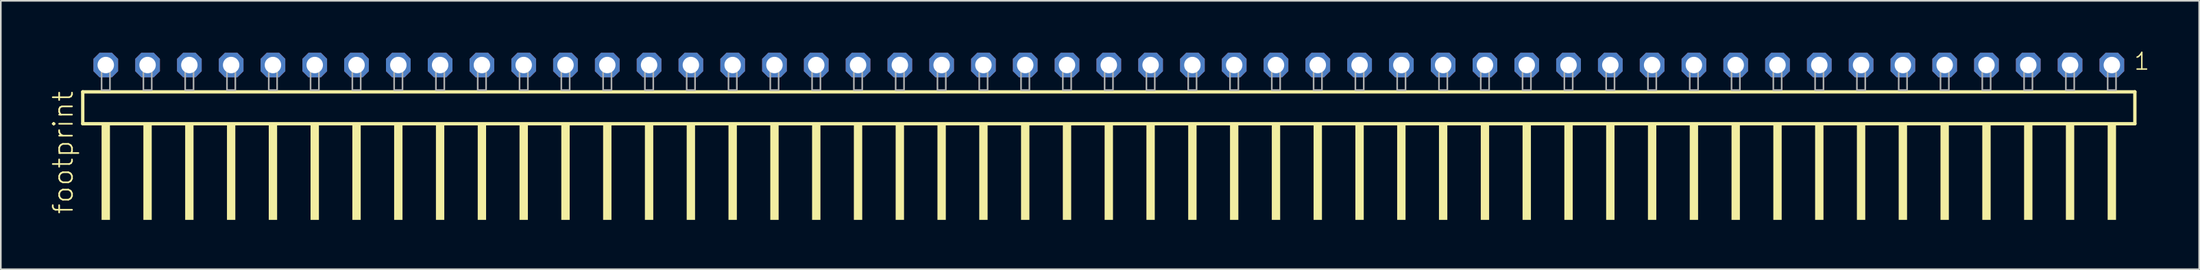
<source format=kicad_pcb>
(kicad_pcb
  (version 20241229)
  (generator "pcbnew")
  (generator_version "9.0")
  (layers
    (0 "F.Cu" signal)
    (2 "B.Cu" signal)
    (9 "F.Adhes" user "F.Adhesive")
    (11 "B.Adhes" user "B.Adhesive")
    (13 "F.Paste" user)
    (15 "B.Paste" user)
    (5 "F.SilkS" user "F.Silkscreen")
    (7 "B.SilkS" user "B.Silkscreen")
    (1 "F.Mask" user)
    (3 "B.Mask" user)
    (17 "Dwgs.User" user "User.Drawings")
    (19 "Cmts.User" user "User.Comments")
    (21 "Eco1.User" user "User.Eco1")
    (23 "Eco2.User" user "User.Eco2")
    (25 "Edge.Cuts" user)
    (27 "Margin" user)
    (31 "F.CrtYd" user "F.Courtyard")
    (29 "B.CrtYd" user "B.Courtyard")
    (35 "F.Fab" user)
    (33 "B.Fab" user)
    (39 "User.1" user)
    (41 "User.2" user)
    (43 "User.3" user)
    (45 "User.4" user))
  (footprint "footprint"
    (layer "F.Cu")
    (at 64.338 2.428)
    (property "Reference" "footprint" (at -62.865 7.62 90) (layer "F.SilkS") (effects (font (size 1.168 1.168) (thickness 0.102)) (justify left bottom)))
    (fp_line (start -62.359 0.106) (end -62.359 2.046) (stroke (width 0.203) (type solid)) (layer "F.SilkS"))
    (fp_line (start -62.359 2.046) (end 62.359 2.046) (stroke (width 0.203) (type solid)) (layer "F.SilkS"))
    (fp_line (start 62.359 0.106) (end -62.359 0.106) (stroke (width 0.203) (type solid)) (layer "F.SilkS"))
    (fp_line (start 62.359 2.046) (end 62.359 0.106) (stroke (width 0.203) (type solid)) (layer "F.SilkS"))
    (fp_poly (pts (xy -61.214 7.89) (xy -60.706 7.89) (xy -60.706 2.04) (xy -61.214 2.04)) (stroke (width 0) (type solid)) (fill yes) (layer "F.SilkS"))
    (fp_poly (pts (xy -58.674 7.89) (xy -58.166 7.89) (xy -58.166 2.04) (xy -58.674 2.04)) (stroke (width 0) (type solid)) (fill yes) (layer "F.SilkS"))
    (fp_poly (pts (xy -56.134 7.89) (xy -55.626 7.89) (xy -55.626 2.04) (xy -56.134 2.04)) (stroke (width 0) (type solid)) (fill yes) (layer "F.SilkS"))
    (fp_poly (pts (xy -53.594 7.89) (xy -53.086 7.89) (xy -53.086 2.04) (xy -53.594 2.04)) (stroke (width 0) (type solid)) (fill yes) (layer "F.SilkS"))
    (fp_poly (pts (xy -51.054 7.89) (xy -50.546 7.89) (xy -50.546 2.04) (xy -51.054 2.04)) (stroke (width 0) (type solid)) (fill yes) (layer "F.SilkS"))
    (fp_poly (pts (xy -48.514 7.89) (xy -48.006 7.89) (xy -48.006 2.04) (xy -48.514 2.04)) (stroke (width 0) (type solid)) (fill yes) (layer "F.SilkS"))
    (fp_poly (pts (xy -45.974 7.89) (xy -45.466 7.89) (xy -45.466 2.04) (xy -45.974 2.04)) (stroke (width 0) (type solid)) (fill yes) (layer "F.SilkS"))
    (fp_poly (pts (xy -43.434 7.89) (xy -42.926 7.89) (xy -42.926 2.04) (xy -43.434 2.04)) (stroke (width 0) (type solid)) (fill yes) (layer "F.SilkS"))
    (fp_poly (pts (xy -40.894 7.89) (xy -40.386 7.89) (xy -40.386 2.04) (xy -40.894 2.04)) (stroke (width 0) (type solid)) (fill yes) (layer "F.SilkS"))
    (fp_poly (pts (xy -38.354 7.89) (xy -37.846 7.89) (xy -37.846 2.04) (xy -38.354 2.04)) (stroke (width 0) (type solid)) (fill yes) (layer "F.SilkS"))
    (fp_poly (pts (xy -35.814 7.89) (xy -35.306 7.89) (xy -35.306 2.04) (xy -35.814 2.04)) (stroke (width 0) (type solid)) (fill yes) (layer "F.SilkS"))
    (fp_poly (pts (xy -33.274 7.89) (xy -32.766 7.89) (xy -32.766 2.04) (xy -33.274 2.04)) (stroke (width 0) (type solid)) (fill yes) (layer "F.SilkS"))
    (fp_poly (pts (xy -30.734 7.89) (xy -30.226 7.89) (xy -30.226 2.04) (xy -30.734 2.04)) (stroke (width 0) (type solid)) (fill yes) (layer "F.SilkS"))
    (fp_poly (pts (xy -28.194 7.89) (xy -27.686 7.89) (xy -27.686 2.04) (xy -28.194 2.04)) (stroke (width 0) (type solid)) (fill yes) (layer "F.SilkS"))
    (fp_poly (pts (xy -25.654 7.89) (xy -25.146 7.89) (xy -25.146 2.04) (xy -25.654 2.04)) (stroke (width 0) (type solid)) (fill yes) (layer "F.SilkS"))
    (fp_poly (pts (xy -23.114 7.89) (xy -22.606 7.89) (xy -22.606 2.04) (xy -23.114 2.04)) (stroke (width 0) (type solid)) (fill yes) (layer "F.SilkS"))
    (fp_poly (pts (xy -20.574 7.89) (xy -20.066 7.89) (xy -20.066 2.04) (xy -20.574 2.04)) (stroke (width 0) (type solid)) (fill yes) (layer "F.SilkS"))
    (fp_poly (pts (xy -18.034 7.89) (xy -17.526 7.89) (xy -17.526 2.04) (xy -18.034 2.04)) (stroke (width 0) (type solid)) (fill yes) (layer "F.SilkS"))
    (fp_poly (pts (xy -15.494 7.89) (xy -14.986 7.89) (xy -14.986 2.04) (xy -15.494 2.04)) (stroke (width 0) (type solid)) (fill yes) (layer "F.SilkS"))
    (fp_poly (pts (xy -12.954 7.89) (xy -12.446 7.89) (xy -12.446 2.04) (xy -12.954 2.04)) (stroke (width 0) (type solid)) (fill yes) (layer "F.SilkS"))
    (fp_poly (pts (xy -10.414 7.89) (xy -9.906 7.89) (xy -9.906 2.04) (xy -10.414 2.04)) (stroke (width 0) (type solid)) (fill yes) (layer "F.SilkS"))
    (fp_poly (pts (xy -7.874 7.89) (xy -7.366 7.89) (xy -7.366 2.04) (xy -7.874 2.04)) (stroke (width 0) (type solid)) (fill yes) (layer "F.SilkS"))
    (fp_poly (pts (xy -5.334 7.89) (xy -4.826 7.89) (xy -4.826 2.04) (xy -5.334 2.04)) (stroke (width 0) (type solid)) (fill yes) (layer "F.SilkS"))
    (fp_poly (pts (xy -2.794 7.89) (xy -2.286 7.89) (xy -2.286 2.04) (xy -2.794 2.04)) (stroke (width 0) (type solid)) (fill yes) (layer "F.SilkS"))
    (fp_poly (pts (xy -0.254 7.89) (xy 0.254 7.89) (xy 0.254 2.04) (xy -0.254 2.04)) (stroke (width 0) (type solid)) (fill yes) (layer "F.SilkS"))
    (fp_poly (pts (xy 2.286 7.89) (xy 2.794 7.89) (xy 2.794 2.04) (xy 2.286 2.04)) (stroke (width 0) (type solid)) (fill yes) (layer "F.SilkS"))
    (fp_poly (pts (xy 4.826 7.89) (xy 5.334 7.89) (xy 5.334 2.04) (xy 4.826 2.04)) (stroke (width 0) (type solid)) (fill yes) (layer "F.SilkS"))
    (fp_poly (pts (xy 7.366 7.89) (xy 7.874 7.89) (xy 7.874 2.04) (xy 7.366 2.04)) (stroke (width 0) (type solid)) (fill yes) (layer "F.SilkS"))
    (fp_poly (pts (xy 9.906 7.89) (xy 10.414 7.89) (xy 10.414 2.04) (xy 9.906 2.04)) (stroke (width 0) (type solid)) (fill yes) (layer "F.SilkS"))
    (fp_poly (pts (xy 12.446 7.89) (xy 12.954 7.89) (xy 12.954 2.04) (xy 12.446 2.04)) (stroke (width 0) (type solid)) (fill yes) (layer "F.SilkS"))
    (fp_poly (pts (xy 14.986 7.89) (xy 15.494 7.89) (xy 15.494 2.04) (xy 14.986 2.04)) (stroke (width 0) (type solid)) (fill yes) (layer "F.SilkS"))
    (fp_poly (pts (xy 17.526 7.89) (xy 18.034 7.89) (xy 18.034 2.04) (xy 17.526 2.04)) (stroke (width 0) (type solid)) (fill yes) (layer "F.SilkS"))
    (fp_poly (pts (xy 20.066 7.89) (xy 20.574 7.89) (xy 20.574 2.04) (xy 20.066 2.04)) (stroke (width 0) (type solid)) (fill yes) (layer "F.SilkS"))
    (fp_poly (pts (xy 22.606 7.89) (xy 23.114 7.89) (xy 23.114 2.04) (xy 22.606 2.04)) (stroke (width 0) (type solid)) (fill yes) (layer "F.SilkS"))
    (fp_poly (pts (xy 25.146 7.89) (xy 25.654 7.89) (xy 25.654 2.04) (xy 25.146 2.04)) (stroke (width 0) (type solid)) (fill yes) (layer "F.SilkS"))
    (fp_poly (pts (xy 27.686 7.89) (xy 28.194 7.89) (xy 28.194 2.04) (xy 27.686 2.04)) (stroke (width 0) (type solid)) (fill yes) (layer "F.SilkS"))
    (fp_poly (pts (xy 30.226 7.89) (xy 30.734 7.89) (xy 30.734 2.04) (xy 30.226 2.04)) (stroke (width 0) (type solid)) (fill yes) (layer "F.SilkS"))
    (fp_poly (pts (xy 32.766 7.89) (xy 33.274 7.89) (xy 33.274 2.04) (xy 32.766 2.04)) (stroke (width 0) (type solid)) (fill yes) (layer "F.SilkS"))
    (fp_poly (pts (xy 35.306 7.89) (xy 35.814 7.89) (xy 35.814 2.04) (xy 35.306 2.04)) (stroke (width 0) (type solid)) (fill yes) (layer "F.SilkS"))
    (fp_poly (pts (xy 37.846 7.89) (xy 38.354 7.89) (xy 38.354 2.04) (xy 37.846 2.04)) (stroke (width 0) (type solid)) (fill yes) (layer "F.SilkS"))
    (fp_poly (pts (xy 40.386 7.89) (xy 40.894 7.89) (xy 40.894 2.04) (xy 40.386 2.04)) (stroke (width 0) (type solid)) (fill yes) (layer "F.SilkS"))
    (fp_poly (pts (xy 42.926 7.89) (xy 43.434 7.89) (xy 43.434 2.04) (xy 42.926 2.04)) (stroke (width 0) (type solid)) (fill yes) (layer "F.SilkS"))
    (fp_poly (pts (xy 45.466 7.89) (xy 45.974 7.89) (xy 45.974 2.04) (xy 45.466 2.04)) (stroke (width 0) (type solid)) (fill yes) (layer "F.SilkS"))
    (fp_poly (pts (xy 48.006 7.89) (xy 48.514 7.89) (xy 48.514 2.04) (xy 48.006 2.04)) (stroke (width 0) (type solid)) (fill yes) (layer "F.SilkS"))
    (fp_poly (pts (xy 50.546 7.89) (xy 51.054 7.89) (xy 51.054 2.04) (xy 50.546 2.04)) (stroke (width 0) (type solid)) (fill yes) (layer "F.SilkS"))
    (fp_poly (pts (xy 53.086 7.89) (xy 53.594 7.89) (xy 53.594 2.04) (xy 53.086 2.04)) (stroke (width 0) (type solid)) (fill yes) (layer "F.SilkS"))
    (fp_poly (pts (xy 55.626 7.89) (xy 56.134 7.89) (xy 56.134 2.04) (xy 55.626 2.04)) (stroke (width 0) (type solid)) (fill yes) (layer "F.SilkS"))
    (fp_poly (pts (xy 58.166 7.89) (xy 58.674 7.89) (xy 58.674 2.04) (xy 58.166 2.04)) (stroke (width 0) (type solid)) (fill yes) (layer "F.SilkS"))
    (fp_poly (pts (xy 60.706 7.89) (xy 61.214 7.89) (xy 61.214 2.04) (xy 60.706 2.04)) (stroke (width 0) (type solid)) (fill yes) (layer "F.SilkS"))
    (fp_poly (pts (xy -61.214 0) (xy -60.706 0) (xy -60.706 -1.778) (xy -61.214 -1.778)) (stroke (width 0.1) (type solid)) (fill no) (layer "F.Fab"))
    (fp_poly (pts (xy -58.674 0) (xy -58.166 0) (xy -58.166 -1.778) (xy -58.674 -1.778)) (stroke (width 0.1) (type solid)) (fill no) (layer "F.Fab"))
    (fp_poly (pts (xy -56.134 0) (xy -55.626 0) (xy -55.626 -1.778) (xy -56.134 -1.778)) (stroke (width 0.1) (type solid)) (fill no) (layer "F.Fab"))
    (fp_poly (pts (xy -53.594 0) (xy -53.086 0) (xy -53.086 -1.778) (xy -53.594 -1.778)) (stroke (width 0.1) (type solid)) (fill no) (layer "F.Fab"))
    (fp_poly (pts (xy -51.054 0) (xy -50.546 0) (xy -50.546 -1.778) (xy -51.054 -1.778)) (stroke (width 0.1) (type solid)) (fill no) (layer "F.Fab"))
    (fp_poly (pts (xy -48.514 0) (xy -48.006 0) (xy -48.006 -1.778) (xy -48.514 -1.778)) (stroke (width 0.1) (type solid)) (fill no) (layer "F.Fab"))
    (fp_poly (pts (xy -45.974 0) (xy -45.466 0) (xy -45.466 -1.778) (xy -45.974 -1.778)) (stroke (width 0.1) (type solid)) (fill no) (layer "F.Fab"))
    (fp_poly (pts (xy -43.434 0) (xy -42.926 0) (xy -42.926 -1.778) (xy -43.434 -1.778)) (stroke (width 0.1) (type solid)) (fill no) (layer "F.Fab"))
    (fp_poly (pts (xy -40.894 0) (xy -40.386 0) (xy -40.386 -1.778) (xy -40.894 -1.778)) (stroke (width 0.1) (type solid)) (fill no) (layer "F.Fab"))
    (fp_poly (pts (xy -38.354 0) (xy -37.846 0) (xy -37.846 -1.778) (xy -38.354 -1.778)) (stroke (width 0.1) (type solid)) (fill no) (layer "F.Fab"))
    (fp_poly (pts (xy -35.814 0) (xy -35.306 0) (xy -35.306 -1.778) (xy -35.814 -1.778)) (stroke (width 0.1) (type solid)) (fill no) (layer "F.Fab"))
    (fp_poly (pts (xy -33.274 0) (xy -32.766 0) (xy -32.766 -1.778) (xy -33.274 -1.778)) (stroke (width 0.1) (type solid)) (fill no) (layer "F.Fab"))
    (fp_poly (pts (xy -30.734 0) (xy -30.226 0) (xy -30.226 -1.778) (xy -30.734 -1.778)) (stroke (width 0.1) (type solid)) (fill no) (layer "F.Fab"))
    (fp_poly (pts (xy -28.194 0) (xy -27.686 0) (xy -27.686 -1.778) (xy -28.194 -1.778)) (stroke (width 0.1) (type solid)) (fill no) (layer "F.Fab"))
    (fp_poly (pts (xy -25.654 0) (xy -25.146 0) (xy -25.146 -1.778) (xy -25.654 -1.778)) (stroke (width 0.1) (type solid)) (fill no) (layer "F.Fab"))
    (fp_poly (pts (xy -23.114 0) (xy -22.606 0) (xy -22.606 -1.778) (xy -23.114 -1.778)) (stroke (width 0.1) (type solid)) (fill no) (layer "F.Fab"))
    (fp_poly (pts (xy -20.574 0) (xy -20.066 0) (xy -20.066 -1.778) (xy -20.574 -1.778)) (stroke (width 0.1) (type solid)) (fill no) (layer "F.Fab"))
    (fp_poly (pts (xy -18.034 0) (xy -17.526 0) (xy -17.526 -1.778) (xy -18.034 -1.778)) (stroke (width 0.1) (type solid)) (fill no) (layer "F.Fab"))
    (fp_poly (pts (xy -15.494 0) (xy -14.986 0) (xy -14.986 -1.778) (xy -15.494 -1.778)) (stroke (width 0.1) (type solid)) (fill no) (layer "F.Fab"))
    (fp_poly (pts (xy -12.954 0) (xy -12.446 0) (xy -12.446 -1.778) (xy -12.954 -1.778)) (stroke (width 0.1) (type solid)) (fill no) (layer "F.Fab"))
    (fp_poly (pts (xy -10.414 0) (xy -9.906 0) (xy -9.906 -1.778) (xy -10.414 -1.778)) (stroke (width 0.1) (type solid)) (fill no) (layer "F.Fab"))
    (fp_poly (pts (xy -7.874 0) (xy -7.366 0) (xy -7.366 -1.778) (xy -7.874 -1.778)) (stroke (width 0.1) (type solid)) (fill no) (layer "F.Fab"))
    (fp_poly (pts (xy -5.334 0) (xy -4.826 0) (xy -4.826 -1.778) (xy -5.334 -1.778)) (stroke (width 0.1) (type solid)) (fill no) (layer "F.Fab"))
    (fp_poly (pts (xy -2.794 0) (xy -2.286 0) (xy -2.286 -1.778) (xy -2.794 -1.778)) (stroke (width 0.1) (type solid)) (fill no) (layer "F.Fab"))
    (fp_poly (pts (xy -0.254 0) (xy 0.254 0) (xy 0.254 -1.778) (xy -0.254 -1.778)) (stroke (width 0.1) (type solid)) (fill no) (layer "F.Fab"))
    (fp_poly (pts (xy 2.286 0) (xy 2.794 0) (xy 2.794 -1.778) (xy 2.286 -1.778)) (stroke (width 0.1) (type solid)) (fill no) (layer "F.Fab"))
    (fp_poly (pts (xy 4.826 0) (xy 5.334 0) (xy 5.334 -1.778) (xy 4.826 -1.778)) (stroke (width 0.1) (type solid)) (fill no) (layer "F.Fab"))
    (fp_poly (pts (xy 7.366 0) (xy 7.874 0) (xy 7.874 -1.778) (xy 7.366 -1.778)) (stroke (width 0.1) (type solid)) (fill no) (layer "F.Fab"))
    (fp_poly (pts (xy 9.906 0) (xy 10.414 0) (xy 10.414 -1.778) (xy 9.906 -1.778)) (stroke (width 0.1) (type solid)) (fill no) (layer "F.Fab"))
    (fp_poly (pts (xy 12.446 0) (xy 12.954 0) (xy 12.954 -1.778) (xy 12.446 -1.778)) (stroke (width 0.1) (type solid)) (fill no) (layer "F.Fab"))
    (fp_poly (pts (xy 14.986 0) (xy 15.494 0) (xy 15.494 -1.778) (xy 14.986 -1.778)) (stroke (width 0.1) (type solid)) (fill no) (layer "F.Fab"))
    (fp_poly (pts (xy 17.526 0) (xy 18.034 0) (xy 18.034 -1.778) (xy 17.526 -1.778)) (stroke (width 0.1) (type solid)) (fill no) (layer "F.Fab"))
    (fp_poly (pts (xy 20.066 0) (xy 20.574 0) (xy 20.574 -1.778) (xy 20.066 -1.778)) (stroke (width 0.1) (type solid)) (fill no) (layer "F.Fab"))
    (fp_poly (pts (xy 22.606 0) (xy 23.114 0) (xy 23.114 -1.778) (xy 22.606 -1.778)) (stroke (width 0.1) (type solid)) (fill no) (layer "F.Fab"))
    (fp_poly (pts (xy 25.146 0) (xy 25.654 0) (xy 25.654 -1.778) (xy 25.146 -1.778)) (stroke (width 0.1) (type solid)) (fill no) (layer "F.Fab"))
    (fp_poly (pts (xy 27.686 0) (xy 28.194 0) (xy 28.194 -1.778) (xy 27.686 -1.778)) (stroke (width 0.1) (type solid)) (fill no) (layer "F.Fab"))
    (fp_poly (pts (xy 30.226 0) (xy 30.734 0) (xy 30.734 -1.778) (xy 30.226 -1.778)) (stroke (width 0.1) (type solid)) (fill no) (layer "F.Fab"))
    (fp_poly (pts (xy 32.766 0) (xy 33.274 0) (xy 33.274 -1.778) (xy 32.766 -1.778)) (stroke (width 0.1) (type solid)) (fill no) (layer "F.Fab"))
    (fp_poly (pts (xy 35.306 0) (xy 35.814 0) (xy 35.814 -1.778) (xy 35.306 -1.778)) (stroke (width 0.1) (type solid)) (fill no) (layer "F.Fab"))
    (fp_poly (pts (xy 37.846 0) (xy 38.354 0) (xy 38.354 -1.778) (xy 37.846 -1.778)) (stroke (width 0.1) (type solid)) (fill no) (layer "F.Fab"))
    (fp_poly (pts (xy 40.386 0) (xy 40.894 0) (xy 40.894 -1.778) (xy 40.386 -1.778)) (stroke (width 0.1) (type solid)) (fill no) (layer "F.Fab"))
    (fp_poly (pts (xy 42.926 0) (xy 43.434 0) (xy 43.434 -1.778) (xy 42.926 -1.778)) (stroke (width 0.1) (type solid)) (fill no) (layer "F.Fab"))
    (fp_poly (pts (xy 45.466 0) (xy 45.974 0) (xy 45.974 -1.778) (xy 45.466 -1.778)) (stroke (width 0.1) (type solid)) (fill no) (layer "F.Fab"))
    (fp_poly (pts (xy 48.006 0) (xy 48.514 0) (xy 48.514 -1.778) (xy 48.006 -1.778)) (stroke (width 0.1) (type solid)) (fill no) (layer "F.Fab"))
    (fp_poly (pts (xy 50.546 0) (xy 51.054 0) (xy 51.054 -1.778) (xy 50.546 -1.778)) (stroke (width 0.1) (type solid)) (fill no) (layer "F.Fab"))
    (fp_poly (pts (xy 53.086 0) (xy 53.594 0) (xy 53.594 -1.778) (xy 53.086 -1.778)) (stroke (width 0.1) (type solid)) (fill no) (layer "F.Fab"))
    (fp_poly (pts (xy 55.626 0) (xy 56.134 0) (xy 56.134 -1.778) (xy 55.626 -1.778)) (stroke (width 0.1) (type solid)) (fill no) (layer "F.Fab"))
    (fp_poly (pts (xy 58.166 0) (xy 58.674 0) (xy 58.674 -1.778) (xy 58.166 -1.778)) (stroke (width 0.1) (type solid)) (fill no) (layer "F.Fab"))
    (fp_poly (pts (xy 60.706 0) (xy 61.214 0) (xy 61.214 -1.778) (xy 60.706 -1.778)) (stroke (width 0.1) (type solid)) (fill no) (layer "F.Fab"))
    (fp_text user "1" (at 62.242 -1.152 0) (layer "F.SilkS") (effects (font (size 1.012 1.012) (thickness 0.088)) (justify left bottom)))
    (pad "1" thru_hole roundrect (at 60.96 -1.524 180) (size 1.5 1.5) (drill 1) (layers "*.Cu" "*.Mask") (roundrect_rratio 0.25) (chamfer_ratio 0.25) (chamfer top_left top_right bottom_left bottom_right))
    (pad "2" thru_hole roundrect (at 58.42 -1.524 180) (size 1.5 1.5) (drill 1) (layers "*.Cu" "*.Mask") (roundrect_rratio 0.25) (chamfer_ratio 0.25) (chamfer top_left top_right bottom_left bottom_right))
    (pad "3" thru_hole roundrect (at 55.88 -1.524 180) (size 1.5 1.5) (drill 1) (layers "*.Cu" "*.Mask") (roundrect_rratio 0.25) (chamfer_ratio 0.25) (chamfer top_left top_right bottom_left bottom_right))
    (pad "4" thru_hole roundrect (at 53.34 -1.524 180) (size 1.5 1.5) (drill 1) (layers "*.Cu" "*.Mask") (roundrect_rratio 0.25) (chamfer_ratio 0.25) (chamfer top_left top_right bottom_left bottom_right))
    (pad "5" thru_hole roundrect (at 50.8 -1.524 180) (size 1.5 1.5) (drill 1) (layers "*.Cu" "*.Mask") (roundrect_rratio 0.25) (chamfer_ratio 0.25) (chamfer top_left top_right bottom_left bottom_right))
    (pad "6" thru_hole roundrect (at 48.26 -1.524 180) (size 1.5 1.5) (drill 1) (layers "*.Cu" "*.Mask") (roundrect_rratio 0.25) (chamfer_ratio 0.25) (chamfer top_left top_right bottom_left bottom_right))
    (pad "7" thru_hole roundrect (at 45.72 -1.524 180) (size 1.5 1.5) (drill 1) (layers "*.Cu" "*.Mask") (roundrect_rratio 0.25) (chamfer_ratio 0.25) (chamfer top_left top_right bottom_left bottom_right))
    (pad "8" thru_hole roundrect (at 43.18 -1.524 180) (size 1.5 1.5) (drill 1) (layers "*.Cu" "*.Mask") (roundrect_rratio 0.25) (chamfer_ratio 0.25) (chamfer top_left top_right bottom_left bottom_right))
    (pad "9" thru_hole roundrect (at 40.64 -1.524 180) (size 1.5 1.5) (drill 1) (layers "*.Cu" "*.Mask") (roundrect_rratio 0.25) (chamfer_ratio 0.25) (chamfer top_left top_right bottom_left bottom_right))
    (pad "10" thru_hole roundrect (at 38.1 -1.524 180) (size 1.5 1.5) (drill 1) (layers "*.Cu" "*.Mask") (roundrect_rratio 0.25) (chamfer_ratio 0.25) (chamfer top_left top_right bottom_left bottom_right))
    (pad "11" thru_hole roundrect (at 35.56 -1.524 180) (size 1.5 1.5) (drill 1) (layers "*.Cu" "*.Mask") (roundrect_rratio 0.25) (chamfer_ratio 0.25) (chamfer top_left top_right bottom_left bottom_right))
    (pad "12" thru_hole roundrect (at 33.02 -1.524 180) (size 1.5 1.5) (drill 1) (layers "*.Cu" "*.Mask") (roundrect_rratio 0.25) (chamfer_ratio 0.25) (chamfer top_left top_right bottom_left bottom_right))
    (pad "13" thru_hole roundrect (at 30.48 -1.524 180) (size 1.5 1.5) (drill 1) (layers "*.Cu" "*.Mask") (roundrect_rratio 0.25) (chamfer_ratio 0.25) (chamfer top_left top_right bottom_left bottom_right))
    (pad "14" thru_hole roundrect (at 27.94 -1.524 180) (size 1.5 1.5) (drill 1) (layers "*.Cu" "*.Mask") (roundrect_rratio 0.25) (chamfer_ratio 0.25) (chamfer top_left top_right bottom_left bottom_right))
    (pad "15" thru_hole roundrect (at 25.4 -1.524 180) (size 1.5 1.5) (drill 1) (layers "*.Cu" "*.Mask") (roundrect_rratio 0.25) (chamfer_ratio 0.25) (chamfer top_left top_right bottom_left bottom_right))
    (pad "16" thru_hole roundrect (at 22.86 -1.524 180) (size 1.5 1.5) (drill 1) (layers "*.Cu" "*.Mask") (roundrect_rratio 0.25) (chamfer_ratio 0.25) (chamfer top_left top_right bottom_left bottom_right))
    (pad "17" thru_hole roundrect (at 20.32 -1.524 180) (size 1.5 1.5) (drill 1) (layers "*.Cu" "*.Mask") (roundrect_rratio 0.25) (chamfer_ratio 0.25) (chamfer top_left top_right bottom_left bottom_right))
    (pad "18" thru_hole roundrect (at 17.78 -1.524 180) (size 1.5 1.5) (drill 1) (layers "*.Cu" "*.Mask") (roundrect_rratio 0.25) (chamfer_ratio 0.25) (chamfer top_left top_right bottom_left bottom_right))
    (pad "19" thru_hole roundrect (at 15.24 -1.524 180) (size 1.5 1.5) (drill 1) (layers "*.Cu" "*.Mask") (roundrect_rratio 0.25) (chamfer_ratio 0.25) (chamfer top_left top_right bottom_left bottom_right))
    (pad "20" thru_hole roundrect (at 12.7 -1.524 180) (size 1.5 1.5) (drill 1) (layers "*.Cu" "*.Mask") (roundrect_rratio 0.25) (chamfer_ratio 0.25) (chamfer top_left top_right bottom_left bottom_right))
    (pad "21" thru_hole roundrect (at 10.16 -1.524 180) (size 1.5 1.5) (drill 1) (layers "*.Cu" "*.Mask") (roundrect_rratio 0.25) (chamfer_ratio 0.25) (chamfer top_left top_right bottom_left bottom_right))
    (pad "22" thru_hole roundrect (at 7.62 -1.524 180) (size 1.5 1.5) (drill 1) (layers "*.Cu" "*.Mask") (roundrect_rratio 0.25) (chamfer_ratio 0.25) (chamfer top_left top_right bottom_left bottom_right))
    (pad "23" thru_hole roundrect (at 5.08 -1.524 180) (size 1.5 1.5) (drill 1) (layers "*.Cu" "*.Mask") (roundrect_rratio 0.25) (chamfer_ratio 0.25) (chamfer top_left top_right bottom_left bottom_right))
    (pad "24" thru_hole roundrect (at 2.54 -1.524 180) (size 1.5 1.5) (drill 1) (layers "*.Cu" "*.Mask") (roundrect_rratio 0.25) (chamfer_ratio 0.25) (chamfer top_left top_right bottom_left bottom_right))
    (pad "25" thru_hole roundrect (at 0 -1.524 180) (size 1.5 1.5) (drill 1) (layers "*.Cu" "*.Mask") (roundrect_rratio 0.25) (chamfer_ratio 0.25) (chamfer top_left top_right bottom_left bottom_right))
    (pad "26" thru_hole roundrect (at -2.54 -1.524 180) (size 1.5 1.5) (drill 1) (layers "*.Cu" "*.Mask") (roundrect_rratio 0.25) (chamfer_ratio 0.25) (chamfer top_left top_right bottom_left bottom_right))
    (pad "27" thru_hole roundrect (at -5.08 -1.524 180) (size 1.5 1.5) (drill 1) (layers "*.Cu" "*.Mask") (roundrect_rratio 0.25) (chamfer_ratio 0.25) (chamfer top_left top_right bottom_left bottom_right))
    (pad "28" thru_hole roundrect (at -7.62 -1.524 180) (size 1.5 1.5) (drill 1) (layers "*.Cu" "*.Mask") (roundrect_rratio 0.25) (chamfer_ratio 0.25) (chamfer top_left top_right bottom_left bottom_right))
    (pad "29" thru_hole roundrect (at -10.16 -1.524 180) (size 1.5 1.5) (drill 1) (layers "*.Cu" "*.Mask") (roundrect_rratio 0.25) (chamfer_ratio 0.25) (chamfer top_left top_right bottom_left bottom_right))
    (pad "30" thru_hole roundrect (at -12.7 -1.524 180) (size 1.5 1.5) (drill 1) (layers "*.Cu" "*.Mask") (roundrect_rratio 0.25) (chamfer_ratio 0.25) (chamfer top_left top_right bottom_left bottom_right))
    (pad "31" thru_hole roundrect (at -15.24 -1.524 180) (size 1.5 1.5) (drill 1) (layers "*.Cu" "*.Mask") (roundrect_rratio 0.25) (chamfer_ratio 0.25) (chamfer top_left top_right bottom_left bottom_right))
    (pad "32" thru_hole roundrect (at -17.78 -1.524 180) (size 1.5 1.5) (drill 1) (layers "*.Cu" "*.Mask") (roundrect_rratio 0.25) (chamfer_ratio 0.25) (chamfer top_left top_right bottom_left bottom_right))
    (pad "33" thru_hole roundrect (at -20.32 -1.524 180) (size 1.5 1.5) (drill 1) (layers "*.Cu" "*.Mask") (roundrect_rratio 0.25) (chamfer_ratio 0.25) (chamfer top_left top_right bottom_left bottom_right))
    (pad "34" thru_hole roundrect (at -22.86 -1.524 180) (size 1.5 1.5) (drill 1) (layers "*.Cu" "*.Mask") (roundrect_rratio 0.25) (chamfer_ratio 0.25) (chamfer top_left top_right bottom_left bottom_right))
    (pad "35" thru_hole roundrect (at -25.4 -1.524 180) (size 1.5 1.5) (drill 1) (layers "*.Cu" "*.Mask") (roundrect_rratio 0.25) (chamfer_ratio 0.25) (chamfer top_left top_right bottom_left bottom_right))
    (pad "36" thru_hole roundrect (at -27.94 -1.524 180) (size 1.5 1.5) (drill 1) (layers "*.Cu" "*.Mask") (roundrect_rratio 0.25) (chamfer_ratio 0.25) (chamfer top_left top_right bottom_left bottom_right))
    (pad "37" thru_hole roundrect (at -30.48 -1.524 180) (size 1.5 1.5) (drill 1) (layers "*.Cu" "*.Mask") (roundrect_rratio 0.25) (chamfer_ratio 0.25) (chamfer top_left top_right bottom_left bottom_right))
    (pad "38" thru_hole roundrect (at -33.02 -1.524 180) (size 1.5 1.5) (drill 1) (layers "*.Cu" "*.Mask") (roundrect_rratio 0.25) (chamfer_ratio 0.25) (chamfer top_left top_right bottom_left bottom_right))
    (pad "39" thru_hole roundrect (at -35.56 -1.524 180) (size 1.5 1.5) (drill 1) (layers "*.Cu" "*.Mask") (roundrect_rratio 0.25) (chamfer_ratio 0.25) (chamfer top_left top_right bottom_left bottom_right))
    (pad "40" thru_hole roundrect (at -38.1 -1.524 180) (size 1.5 1.5) (drill 1) (layers "*.Cu" "*.Mask") (roundrect_rratio 0.25) (chamfer_ratio 0.25) (chamfer top_left top_right bottom_left bottom_right))
    (pad "41" thru_hole roundrect (at -40.64 -1.524 180) (size 1.5 1.5) (drill 1) (layers "*.Cu" "*.Mask") (roundrect_rratio 0.25) (chamfer_ratio 0.25) (chamfer top_left top_right bottom_left bottom_right))
    (pad "42" thru_hole roundrect (at -43.18 -1.524 180) (size 1.5 1.5) (drill 1) (layers "*.Cu" "*.Mask") (roundrect_rratio 0.25) (chamfer_ratio 0.25) (chamfer top_left top_right bottom_left bottom_right))
    (pad "43" thru_hole roundrect (at -45.72 -1.524 180) (size 1.5 1.5) (drill 1) (layers "*.Cu" "*.Mask") (roundrect_rratio 0.25) (chamfer_ratio 0.25) (chamfer top_left top_right bottom_left bottom_right))
    (pad "44" thru_hole roundrect (at -48.26 -1.524 180) (size 1.5 1.5) (drill 1) (layers "*.Cu" "*.Mask") (roundrect_rratio 0.25) (chamfer_ratio 0.25) (chamfer top_left top_right bottom_left bottom_right))
    (pad "45" thru_hole roundrect (at -50.8 -1.524 180) (size 1.5 1.5) (drill 1) (layers "*.Cu" "*.Mask") (roundrect_rratio 0.25) (chamfer_ratio 0.25) (chamfer top_left top_right bottom_left bottom_right))
    (pad "46" thru_hole roundrect (at -53.34 -1.524 180) (size 1.5 1.5) (drill 1) (layers "*.Cu" "*.Mask") (roundrect_rratio 0.25) (chamfer_ratio 0.25) (chamfer top_left top_right bottom_left bottom_right))
    (pad "47" thru_hole roundrect (at -55.88 -1.524 180) (size 1.5 1.5) (drill 1) (layers "*.Cu" "*.Mask") (roundrect_rratio 0.25) (chamfer_ratio 0.25) (chamfer top_left top_right bottom_left bottom_right))
    (pad "48" thru_hole roundrect (at -58.42 -1.524 180) (size 1.5 1.5) (drill 1) (layers "*.Cu" "*.Mask") (roundrect_rratio 0.25) (chamfer_ratio 0.25) (chamfer top_left top_right bottom_left bottom_right))
    (pad "49" thru_hole roundrect (at -60.96 -1.524 180) (size 1.5 1.5) (drill 1) (layers "*.Cu" "*.Mask") (roundrect_rratio 0.25) (chamfer_ratio 0.25) (chamfer top_left top_right bottom_left bottom_right)))
  (gr_rect
    (start -3 -3)
    (end 130.606 13.318)
    (stroke (width 0.1) (type default))
    (fill no)
    (layer "Edge.Cuts")))
</source>
